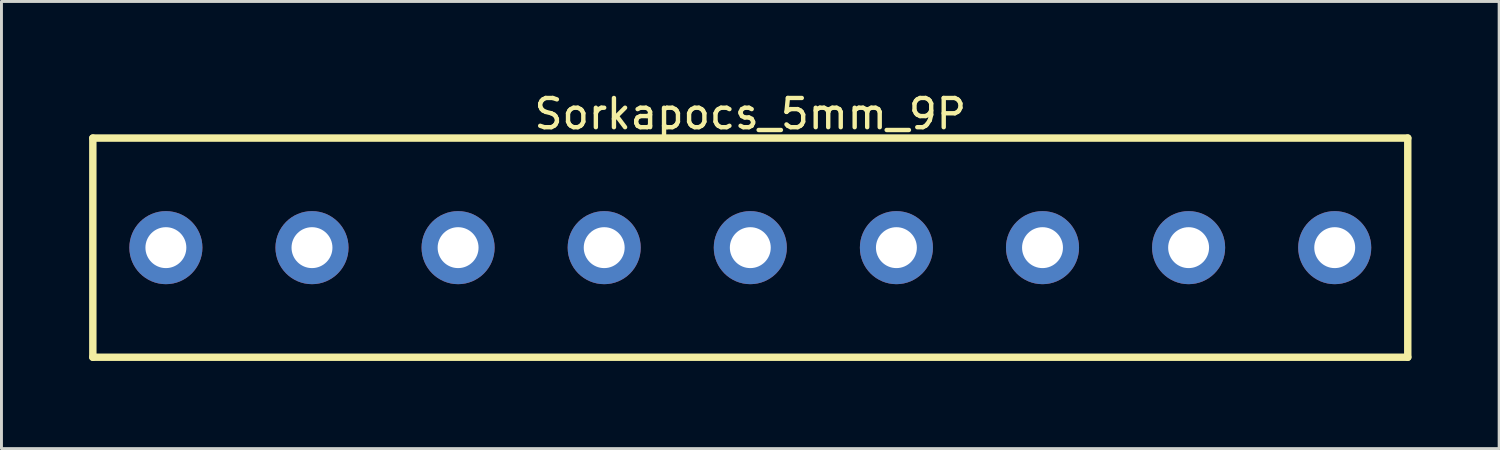
<source format=kicad_pcb>
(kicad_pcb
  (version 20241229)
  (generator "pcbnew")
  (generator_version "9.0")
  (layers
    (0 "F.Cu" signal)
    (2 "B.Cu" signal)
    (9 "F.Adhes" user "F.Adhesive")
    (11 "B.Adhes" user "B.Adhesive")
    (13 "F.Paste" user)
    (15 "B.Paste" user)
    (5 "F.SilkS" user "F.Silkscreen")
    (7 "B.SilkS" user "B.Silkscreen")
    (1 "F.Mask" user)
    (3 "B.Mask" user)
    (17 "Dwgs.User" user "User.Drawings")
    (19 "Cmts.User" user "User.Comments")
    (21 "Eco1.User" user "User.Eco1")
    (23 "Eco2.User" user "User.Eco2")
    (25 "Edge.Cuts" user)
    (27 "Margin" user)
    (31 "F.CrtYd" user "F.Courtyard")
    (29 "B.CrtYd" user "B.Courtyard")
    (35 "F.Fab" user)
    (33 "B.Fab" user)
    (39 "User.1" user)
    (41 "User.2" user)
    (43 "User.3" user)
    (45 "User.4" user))
  (footprint "Sorkapocs_5mm_9P"
    (layer "F.Cu")
    (at 22.627 5.425)
    (property "Reference" "Sorkapocs_5mm_9P" (at 0 -4.577 0) (layer "F.SilkS") (effects (font (size 1 1) (thickness 0.15))))
    (fp_line (start -22.5 -3.75) (end 22.5 -3.75) (stroke (width 0.254) (type solid)) (layer "F.SilkS"))
    (fp_line (start -22.5 3.75) (end -22.5 -3.75) (stroke (width 0.254) (type solid)) (layer "F.SilkS"))
    (fp_line (start -22.5 3.75) (end 22.5 3.75) (stroke (width 0.254) (type solid)) (layer "F.SilkS"))
    (fp_line (start 22.5 3.75) (end 22.5 -3.75) (stroke (width 0.254) (type solid)) (layer "F.SilkS"))
    (pad "1" thru_hole circle (at -20 0) (size 2.5 2.5) (drill 1.4) (layers "*.Cu" "*.Mask"))
    (pad "2" thru_hole circle (at -15 0) (size 2.5 2.5) (drill 1.4) (layers "*.Cu" "*.Mask"))
    (pad "3" thru_hole circle (at -10 0) (size 2.5 2.5) (drill 1.4) (layers "*.Cu" "*.Mask"))
    (pad "4" thru_hole circle (at -5 0) (size 2.5 2.5) (drill 1.4) (layers "*.Cu" "*.Mask"))
    (pad "5" thru_hole circle (at 0 0) (size 2.5 2.5) (drill 1.4) (layers "*.Cu" "*.Mask"))
    (pad "6" thru_hole circle (at 5 0) (size 2.5 2.5) (drill 1.4) (layers "*.Cu" "*.Mask"))
    (pad "7" thru_hole circle (at 10 0) (size 2.5 2.5) (drill 1.4) (layers "*.Cu" "*.Mask"))
    (pad "8" thru_hole circle (at 15 0) (size 2.5 2.5) (drill 1.4) (layers "*.Cu" "*.Mask"))
    (pad "9" thru_hole circle (at 20 0) (size 2.5 2.5) (drill 1.4) (layers "*.Cu" "*.Mask")))
  (gr_rect
    (start -3 -3)
    (end 48.254 12.302)
    (stroke (width 0.1) (type default))
    (fill no)
    (layer "Edge.Cuts")))
</source>
